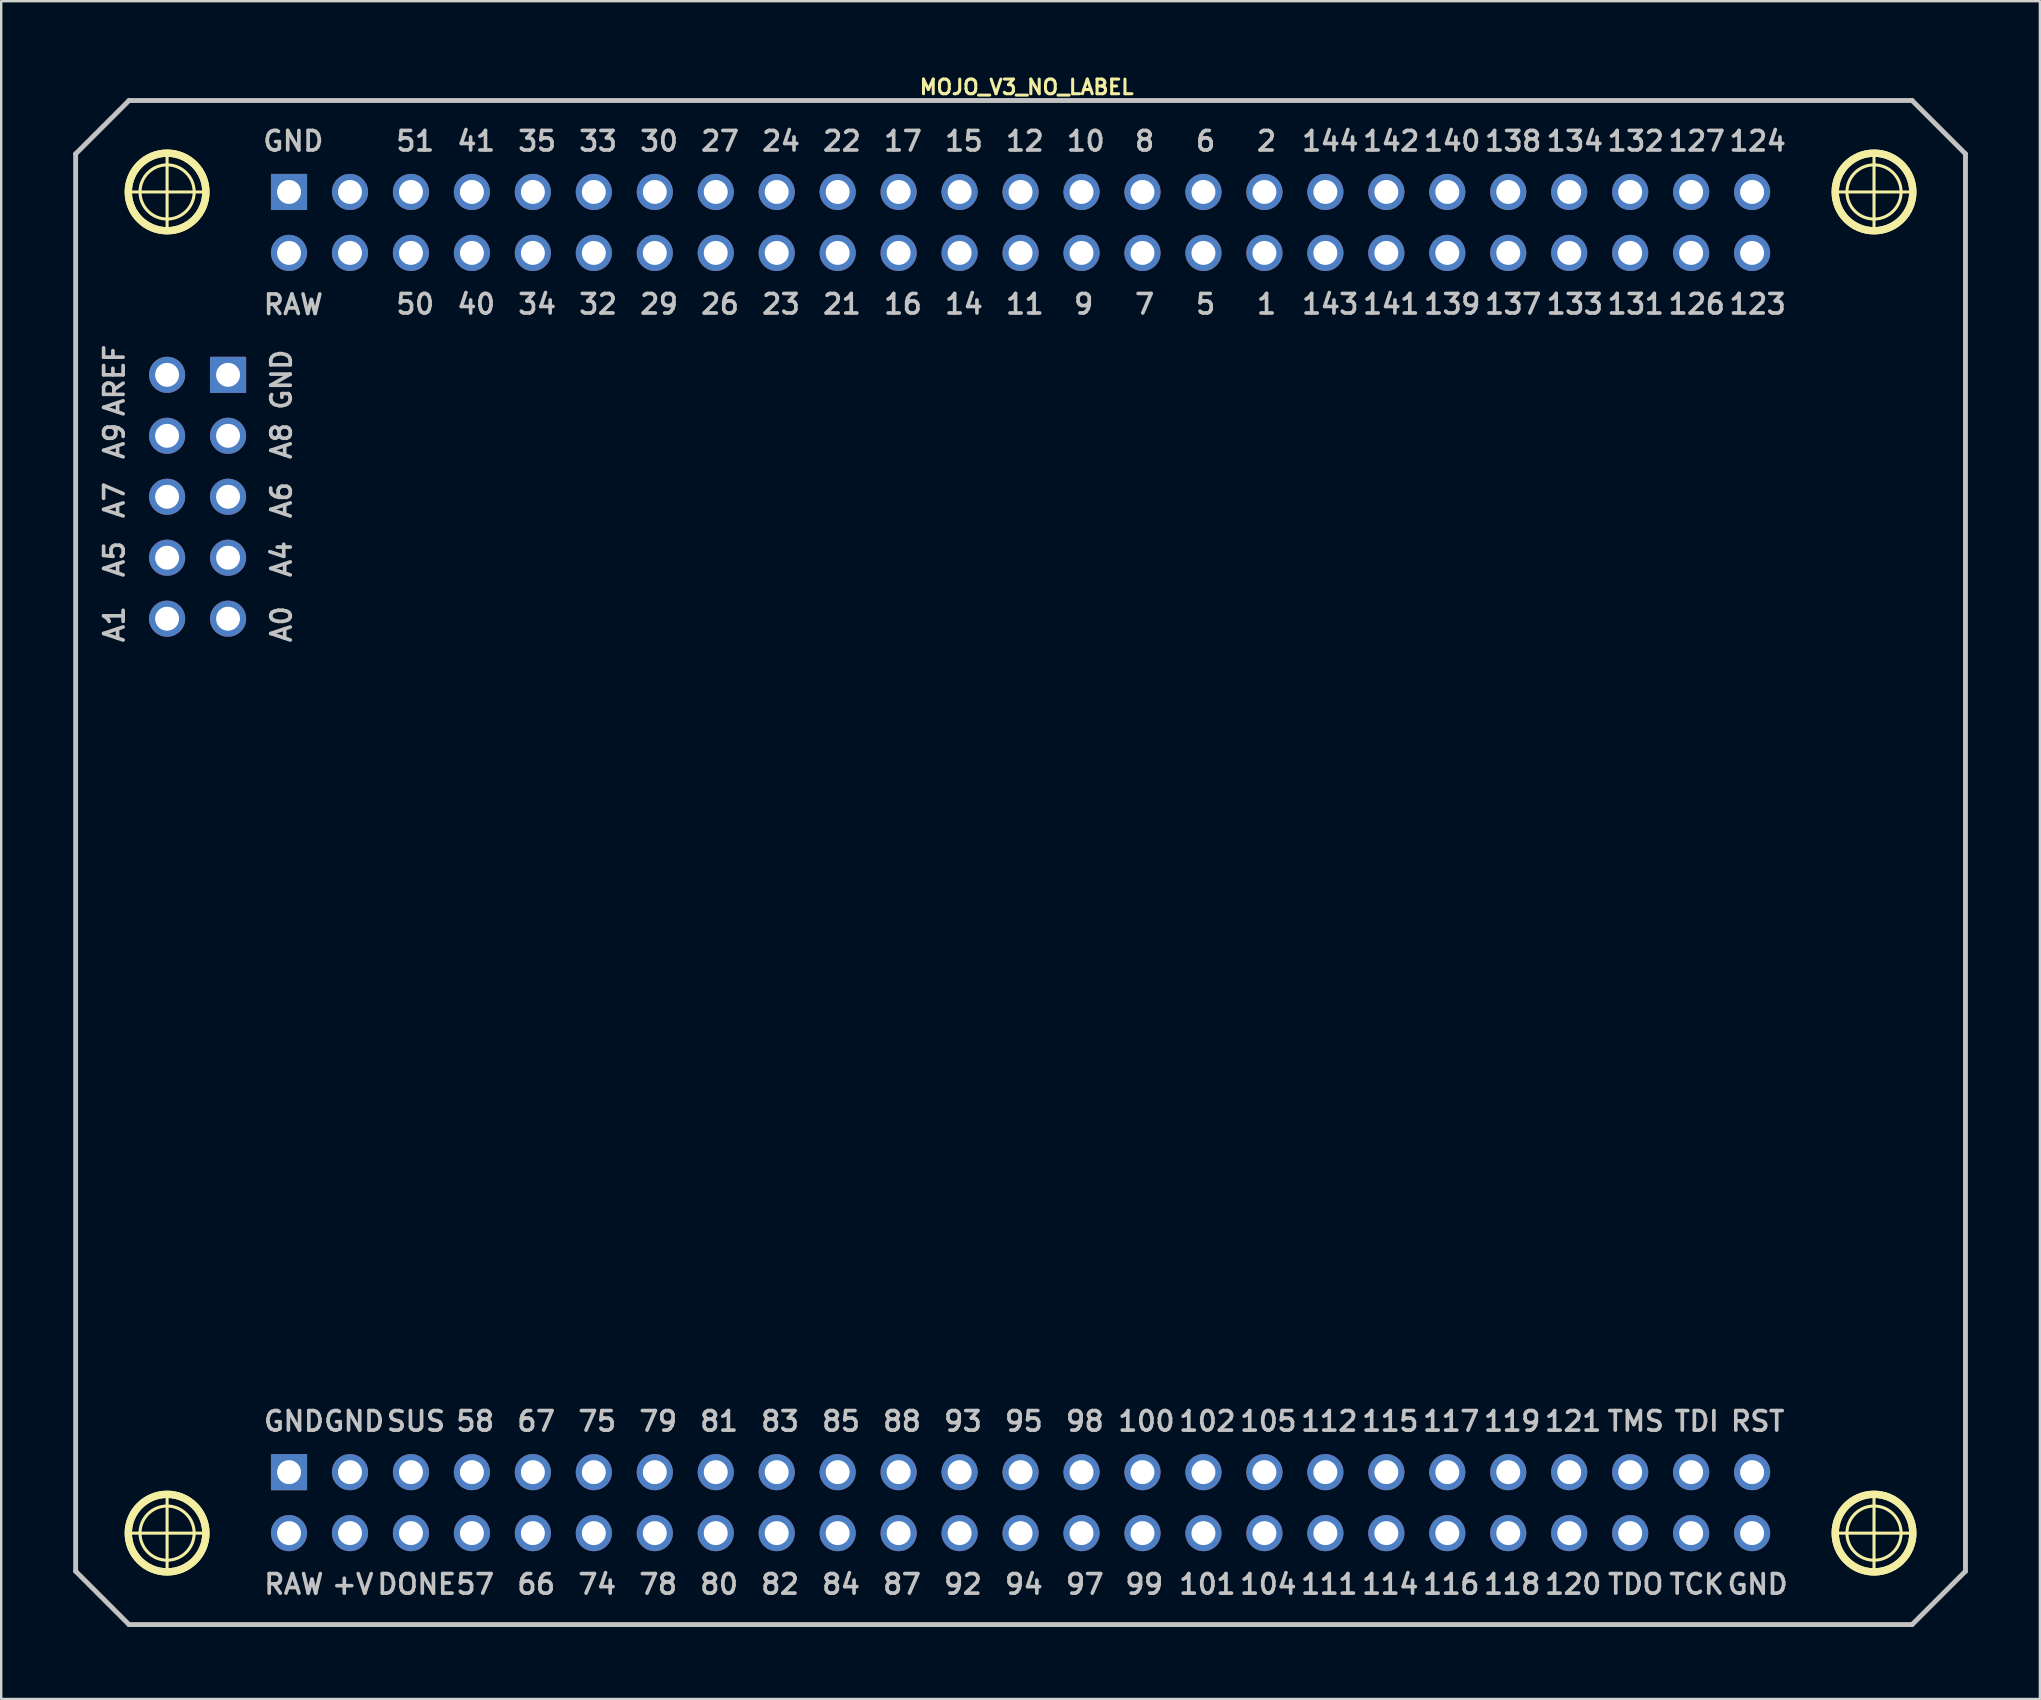
<source format=kicad_pcb>
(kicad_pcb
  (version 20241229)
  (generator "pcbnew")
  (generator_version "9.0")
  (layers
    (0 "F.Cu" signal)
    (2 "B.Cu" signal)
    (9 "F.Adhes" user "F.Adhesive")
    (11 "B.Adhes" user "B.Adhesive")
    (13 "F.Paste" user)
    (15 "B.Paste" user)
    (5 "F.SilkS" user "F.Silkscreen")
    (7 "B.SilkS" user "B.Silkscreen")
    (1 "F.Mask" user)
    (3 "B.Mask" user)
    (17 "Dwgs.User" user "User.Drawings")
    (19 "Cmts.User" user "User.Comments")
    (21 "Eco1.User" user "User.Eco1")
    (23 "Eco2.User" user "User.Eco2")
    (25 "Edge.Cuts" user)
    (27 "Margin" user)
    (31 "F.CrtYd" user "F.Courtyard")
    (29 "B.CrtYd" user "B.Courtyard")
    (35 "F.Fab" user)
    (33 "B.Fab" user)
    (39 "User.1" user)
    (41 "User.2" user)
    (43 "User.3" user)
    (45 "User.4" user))
  (footprint "MOJO_V3_NO_LABEL"
    (layer "F.Cu")
    (at 38.202 34.158)
    (property "Reference" "MOJO_V3_NO_LABEL" (at 1.524 -33.579 0) (layer "F.SilkS") (effects (font (size 0.61 0.61) (thickness 0.127))))
    (attr exclude_from_pos_files exclude_from_bom)
    (fp_line (start -35.888 -29.21) (end -32.69 -29.21) (stroke (width 0.127) (type solid)) (layer "F.SilkS"))
    (fp_line (start -35.888 26.67) (end -32.69 26.67) (stroke (width 0.127) (type solid)) (layer "F.SilkS"))
    (fp_line (start -34.29 -27.61) (end -34.29 -30.808) (stroke (width 0.127) (type solid)) (layer "F.SilkS"))
    (fp_line (start -34.29 28.268) (end -34.29 25.07) (stroke (width 0.127) (type solid)) (layer "F.SilkS"))
    (fp_line (start 35.23 -29.21) (end 38.428 -29.21) (stroke (width 0.127) (type solid)) (layer "F.SilkS"))
    (fp_line (start 35.23 26.67) (end 38.428 26.67) (stroke (width 0.127) (type solid)) (layer "F.SilkS"))
    (fp_line (start 36.83 -27.61) (end 36.83 -30.808) (stroke (width 0.127) (type solid)) (layer "F.SilkS"))
    (fp_line (start 36.83 28.268) (end 36.83 25.07) (stroke (width 0.127) (type solid)) (layer "F.SilkS"))
    (fp_circle (center -34.29 -29.21) (end -35.433 -30.353) (stroke (width 0.305) (type solid)) (fill no) (layer "F.SilkS"))
    (fp_circle (center -34.29 -29.21) (end -35.433 -30.353) (stroke (width 0.305) (type solid)) (fill no) (layer "F.SilkS"))
    (fp_circle (center -34.29 -29.21) (end -35.088 -30.008) (stroke (width 0.127) (type solid)) (fill no) (layer "F.SilkS"))
    (fp_circle (center -34.29 26.67) (end -35.433 27.813) (stroke (width 0.305) (type solid)) (fill no) (layer "F.SilkS"))
    (fp_circle (center -34.29 26.67) (end -35.433 27.813) (stroke (width 0.305) (type solid)) (fill no) (layer "F.SilkS"))
    (fp_circle (center -34.29 26.67) (end -35.088 27.468) (stroke (width 0.127) (type solid)) (fill no) (layer "F.SilkS"))
    (fp_circle (center 36.83 -29.21) (end 37.628 -30.008) (stroke (width 0.127) (type solid)) (fill no) (layer "F.SilkS"))
    (fp_circle (center 36.83 -29.21) (end 37.973 -30.353) (stroke (width 0.305) (type solid)) (fill no) (layer "F.SilkS"))
    (fp_circle (center 36.83 -29.21) (end 37.973 -30.353) (stroke (width 0.305) (type solid)) (fill no) (layer "F.SilkS"))
    (fp_circle (center 36.83 26.67) (end 37.628 27.468) (stroke (width 0.127) (type solid)) (fill no) (layer "F.SilkS"))
    (fp_circle (center 36.83 26.67) (end 37.973 27.813) (stroke (width 0.305) (type solid)) (fill no) (layer "F.SilkS"))
    (fp_circle (center 36.83 26.67) (end 37.973 27.813) (stroke (width 0.305) (type solid)) (fill no) (layer "F.SilkS"))
    (fp_line (start -38.1 -30.797) (end -38.1 28.258) (stroke (width 0.203) (type solid)) (layer "Dwgs.User"))
    (fp_line (start -38.1 28.258) (end -35.877 30.48) (stroke (width 0.203) (type solid)) (layer "Dwgs.User"))
    (fp_line (start -35.877 -33.02) (end -38.1 -30.797) (stroke (width 0.203) (type solid)) (layer "Dwgs.User"))
    (fp_line (start -35.877 30.48) (end 38.417 30.48) (stroke (width 0.203) (type solid)) (layer "Dwgs.User"))
    (fp_line (start 38.417 -33.02) (end -35.877 -33.02) (stroke (width 0.203) (type solid)) (layer "Dwgs.User"))
    (fp_line (start 38.417 30.48) (end 40.64 28.258) (stroke (width 0.203) (type solid)) (layer "Dwgs.User"))
    (fp_line (start 40.64 -30.797) (end 38.417 -33.02) (stroke (width 0.203) (type solid)) (layer "Dwgs.User"))
    (fp_line (start 40.64 28.258) (end 40.64 -30.797) (stroke (width 0.203) (type solid)) (layer "Dwgs.User"))
    (fp_text user "GND" (at -29.527 -21.389 270) (layer "Dwgs.User") (effects (font (size 0.813 0.813) (thickness 0.152))))
    (fp_text user "A4" (at -29.527 -13.912 270) (layer "Dwgs.User") (effects (font (size 0.813 0.813) (thickness 0.152))))
    (fp_text user "11" (at 1.448 -24.536 0) (layer "Dwgs.User") (effects (font (size 0.813 0.813) (thickness 0.152))))
    (fp_text user "22" (at -6.172 -31.328 0) (layer "Dwgs.User") (effects (font (size 0.813 0.813) (thickness 0.152))))
    (fp_text user "114" (at 16.673 28.801 0) (layer "Dwgs.User") (effects (font (size 0.813 0.813) (thickness 0.152))))
    (fp_text user "A1" (at -36.49 -11.201 270) (layer "Dwgs.User") (effects (font (size 0.813 0.813) (thickness 0.152))))
    (fp_text user "RST" (at 31.981 22.009 0) (layer "Dwgs.User") (effects (font (size 0.813 0.813) (thickness 0.152))))
    (fp_text user "A6" (at -29.527 -16.37 270) (layer "Dwgs.User") (effects (font (size 0.813 0.813) (thickness 0.152))))
    (fp_text user "80" (at -11.29 28.801 0) (layer "Dwgs.User") (effects (font (size 0.813 0.813) (thickness 0.152))))
    (fp_text user "A7" (at -36.49 -16.37 270) (layer "Dwgs.User") (effects (font (size 0.813 0.813) (thickness 0.152))))
    (fp_text user "TDO" (at 26.901 28.801 0) (layer "Dwgs.User") (effects (font (size 0.813 0.813) (thickness 0.152))))
    (fp_text user "101" (at 9.053 28.801 0) (layer "Dwgs.User") (effects (font (size 0.813 0.813) (thickness 0.152))))
    (fp_text user "121" (at 24.293 22.009 0) (layer "Dwgs.User") (effects (font (size 0.813 0.813) (thickness 0.152))))
    (fp_text user "132" (at 26.901 -31.328 0) (layer "Dwgs.User") (effects (font (size 0.813 0.813) (thickness 0.152))))
    (fp_text user "A0" (at -29.527 -11.201 270) (layer "Dwgs.User") (effects (font (size 0.813 0.813) (thickness 0.152))))
    (fp_text user "119" (at 21.753 22.009 0) (layer "Dwgs.User") (effects (font (size 0.813 0.813) (thickness 0.152))))
    (fp_text user "102" (at 9.053 22.009 0) (layer "Dwgs.User") (effects (font (size 0.813 0.813) (thickness 0.152))))
    (fp_text user "123" (at 31.981 -24.536 0) (layer "Dwgs.User") (effects (font (size 0.813 0.813) (thickness 0.152))))
    (fp_text user "8" (at 6.439 -31.328 0) (layer "Dwgs.User") (effects (font (size 0.813 0.813) (thickness 0.152))))
    (fp_text user "141" (at 16.713 -24.536 0) (layer "Dwgs.User") (effects (font (size 0.813 0.813) (thickness 0.152))))
    (fp_text user "TMS" (at 26.901 22.009 0) (layer "Dwgs.User") (effects (font (size 0.813 0.813) (thickness 0.152))))
    (fp_text user "10" (at 3.988 -31.328 0) (layer "Dwgs.User") (effects (font (size 0.813 0.813) (thickness 0.152))))
    (fp_text user "1" (at 11.519 -24.536 0) (layer "Dwgs.User") (effects (font (size 0.813 0.813) (thickness 0.152))))
    (fp_text user "93" (at -1.13 22.009 0) (layer "Dwgs.User") (effects (font (size 0.813 0.813) (thickness 0.152))))
    (fp_text user "92" (at -1.13 28.801 0) (layer "Dwgs.User") (effects (font (size 0.813 0.813) (thickness 0.152))))
    (fp_text user "23" (at -8.712 -24.536 0) (layer "Dwgs.User") (effects (font (size 0.813 0.813) (thickness 0.152))))
    (fp_text user "84" (at -6.21 28.801 0) (layer "Dwgs.User") (effects (font (size 0.813 0.813) (thickness 0.152))))
    (fp_text user "98" (at 3.947 22.009 0) (layer "Dwgs.User") (effects (font (size 0.813 0.813) (thickness 0.152))))
    (fp_text user "139" (at 19.253 -24.536 0) (layer "Dwgs.User") (effects (font (size 0.813 0.813) (thickness 0.152))))
    (fp_text user "58" (at -21.45 22.009 0) (layer "Dwgs.User") (effects (font (size 0.813 0.813) (thickness 0.152))))
    (fp_text user "30" (at -13.792 -31.328 0) (layer "Dwgs.User") (effects (font (size 0.813 0.813) (thickness 0.152))))
    (fp_text user "21" (at -6.172 -24.536 0) (layer "Dwgs.User") (effects (font (size 0.813 0.813) (thickness 0.152))))
    (fp_text user "126" (at 29.441 -24.536 0) (layer "Dwgs.User") (effects (font (size 0.813 0.813) (thickness 0.152))))
    (fp_text user "A9" (at -36.49 -18.832 270) (layer "Dwgs.User") (effects (font (size 0.813 0.813) (thickness 0.152))))
    (fp_text user "33" (at -16.332 -31.328 0) (layer "Dwgs.User") (effects (font (size 0.813 0.813) (thickness 0.152))))
    (fp_text user "120" (at 24.293 28.801 0) (layer "Dwgs.User") (effects (font (size 0.813 0.813) (thickness 0.152))))
    (fp_text user "34" (at -18.872 -24.536 0) (layer "Dwgs.User") (effects (font (size 0.813 0.813) (thickness 0.152))))
    (fp_text user "RAW" (at -29.009 28.801 0) (layer "Dwgs.User") (effects (font (size 0.813 0.813) (thickness 0.152))))
    (fp_text user "A8" (at -29.527 -18.832 270) (layer "Dwgs.User") (effects (font (size 0.813 0.813) (thickness 0.152))))
    (fp_text user "97" (at 3.947 28.801 0) (layer "Dwgs.User") (effects (font (size 0.813 0.813) (thickness 0.152))))
    (fp_text user "74" (at -16.37 28.801 0) (layer "Dwgs.User") (effects (font (size 0.813 0.813) (thickness 0.152))))
    (fp_text user "105" (at 11.593 22.009 0) (layer "Dwgs.User") (effects (font (size 0.813 0.813) (thickness 0.152))))
    (fp_text user "133" (at 24.361 -24.536 0) (layer "Dwgs.User") (effects (font (size 0.813 0.813) (thickness 0.152))))
    (fp_text user "117" (at 19.213 22.009 0) (layer "Dwgs.User") (effects (font (size 0.813 0.813) (thickness 0.152))))
    (fp_text user "27" (at -11.252 -31.328 0) (layer "Dwgs.User") (effects (font (size 0.813 0.813) (thickness 0.152))))
    (fp_text user "88" (at -3.67 22.009 0) (layer "Dwgs.User") (effects (font (size 0.813 0.813) (thickness 0.152))))
    (fp_text user "2" (at 11.519 -31.328 0) (layer "Dwgs.User") (effects (font (size 0.813 0.813) (thickness 0.152))))
    (fp_text user "12" (at 1.448 -31.328 0) (layer "Dwgs.User") (effects (font (size 0.813 0.813) (thickness 0.152))))
    (fp_text user "116" (at 19.213 28.801 0) (layer "Dwgs.User") (effects (font (size 0.813 0.813) (thickness 0.152))))
    (fp_text user "RAW" (at -29.032 -24.516 0) (layer "Dwgs.User") (effects (font (size 0.813 0.813) (thickness 0.152))))
    (fp_text user "134" (at 24.361 -31.328 0) (layer "Dwgs.User") (effects (font (size 0.813 0.813) (thickness 0.152))))
    (fp_text user "6" (at 8.979 -31.328 0) (layer "Dwgs.User") (effects (font (size 0.813 0.813) (thickness 0.152))))
    (fp_text user "100" (at 6.513 22.009 0) (layer "Dwgs.User") (effects (font (size 0.813 0.813) (thickness 0.152))))
    (fp_text user "DONE" (at -23.889 28.801 0) (layer "Dwgs.User") (effects (font (size 0.813 0.813) (thickness 0.152))))
    (fp_text user "79" (at -13.83 22.009 0) (layer "Dwgs.User") (effects (font (size 0.813 0.813) (thickness 0.152))))
    (fp_text user "A5" (at -36.49 -13.912 270) (layer "Dwgs.User") (effects (font (size 0.813 0.813) (thickness 0.152))))
    (fp_text user "57" (at -21.45 28.801 0) (layer "Dwgs.User") (effects (font (size 0.813 0.813) (thickness 0.152))))
    (fp_text user "94" (at 1.407 28.801 0) (layer "Dwgs.User") (effects (font (size 0.813 0.813) (thickness 0.152))))
    (fp_text user "112" (at 14.133 22.009 0) (layer "Dwgs.User") (effects (font (size 0.813 0.813) (thickness 0.152))))
    (fp_text user "140" (at 19.253 -31.328 0) (layer "Dwgs.User") (effects (font (size 0.813 0.813) (thickness 0.152))))
    (fp_text user "51" (at -23.952 -31.328 0) (layer "Dwgs.User") (effects (font (size 0.813 0.813) (thickness 0.152))))
    (fp_text user "50" (at -23.952 -24.536 0) (layer "Dwgs.User") (effects (font (size 0.813 0.813) (thickness 0.152))))
    (fp_text user "16" (at -3.63 -24.536 0) (layer "Dwgs.User") (effects (font (size 0.813 0.813) (thickness 0.152))))
    (fp_text user "24" (at -8.712 -31.328 0) (layer "Dwgs.User") (effects (font (size 0.813 0.813) (thickness 0.152))))
    (fp_text user "15" (at -1.09 -31.328 0) (layer "Dwgs.User") (effects (font (size 0.813 0.813) (thickness 0.152))))
    (fp_text user "35" (at -18.872 -31.328 0) (layer "Dwgs.User") (effects (font (size 0.813 0.813) (thickness 0.152))))
    (fp_text user "SUS" (at -23.919 22.009 0) (layer "Dwgs.User") (effects (font (size 0.813 0.813) (thickness 0.152))))
    (fp_text user "GND" (at 31.981 28.801 0) (layer "Dwgs.User") (effects (font (size 0.813 0.813) (thickness 0.152))))
    (fp_text user "82" (at -8.75 28.801 0) (layer "Dwgs.User") (effects (font (size 0.813 0.813) (thickness 0.152))))
    (fp_text user "+V" (at -26.558 28.801 0) (layer "Dwgs.User") (effects (font (size 0.813 0.813) (thickness 0.152))))
    (fp_text user "85" (at -6.21 22.009 0) (layer "Dwgs.User") (effects (font (size 0.813 0.813) (thickness 0.152))))
    (fp_text user "142" (at 16.713 -31.328 0) (layer "Dwgs.User") (effects (font (size 0.813 0.813) (thickness 0.152))))
    (fp_text user "111" (at 14.133 28.801 0) (layer "Dwgs.User") (effects (font (size 0.813 0.813) (thickness 0.152))))
    (fp_text user "7" (at 6.439 -24.536 0) (layer "Dwgs.User") (effects (font (size 0.813 0.813) (thickness 0.152))))
    (fp_text user "138" (at 21.793 -31.328 0) (layer "Dwgs.User") (effects (font (size 0.813 0.813) (thickness 0.152))))
    (fp_text user "26" (at -11.252 -24.536 0) (layer "Dwgs.User") (effects (font (size 0.813 0.813) (thickness 0.152))))
    (fp_text user "99" (at 6.424 28.801 0) (layer "Dwgs.User") (effects (font (size 0.813 0.813) (thickness 0.152))))
    (fp_text user "87" (at -3.67 28.801 0) (layer "Dwgs.User") (effects (font (size 0.813 0.813) (thickness 0.152))))
    (fp_text user "29" (at -13.792 -24.536 0) (layer "Dwgs.User") (effects (font (size 0.813 0.813) (thickness 0.152))))
    (fp_text user "AREF" (at -36.49 -21.359 270) (layer "Dwgs.User") (effects (font (size 0.813 0.813) (thickness 0.152))))
    (fp_text user "127" (at 29.441 -31.328 0) (layer "Dwgs.User") (effects (font (size 0.813 0.813) (thickness 0.152))))
    (fp_text user "9" (at 3.899 -24.536 0) (layer "Dwgs.User") (effects (font (size 0.813 0.813) (thickness 0.152))))
    (fp_text user "118" (at 21.753 28.801 0) (layer "Dwgs.User") (effects (font (size 0.813 0.813) (thickness 0.152))))
    (fp_text user "124" (at 31.981 -31.328 0) (layer "Dwgs.User") (effects (font (size 0.813 0.813) (thickness 0.152))))
    (fp_text user "104" (at 11.593 28.801 0) (layer "Dwgs.User") (effects (font (size 0.813 0.813) (thickness 0.152))))
    (fp_text user "115" (at 16.673 22.009 0) (layer "Dwgs.User") (effects (font (size 0.813 0.813) (thickness 0.152))))
    (fp_text user "67" (at -18.91 22.009 0) (layer "Dwgs.User") (effects (font (size 0.813 0.813) (thickness 0.152))))
    (fp_text user "83" (at -8.75 22.009 0) (layer "Dwgs.User") (effects (font (size 0.813 0.813) (thickness 0.152))))
    (fp_text user "17" (at -3.63 -31.328 0) (layer "Dwgs.User") (effects (font (size 0.813 0.813) (thickness 0.152))))
    (fp_text user "41" (at -21.412 -31.328 0) (layer "Dwgs.User") (effects (font (size 0.813 0.813) (thickness 0.152))))
    (fp_text user "78" (at -13.83 28.801 0) (layer "Dwgs.User") (effects (font (size 0.813 0.813) (thickness 0.152))))
    (fp_text user "GND" (at -29.004 22.009 0) (layer "Dwgs.User") (effects (font (size 0.813 0.813) (thickness 0.152))))
    (fp_text user "95" (at 1.407 22.009 0) (layer "Dwgs.User") (effects (font (size 0.813 0.813) (thickness 0.152))))
    (fp_text user "143" (at 14.173 -24.536 0) (layer "Dwgs.User") (effects (font (size 0.813 0.813) (thickness 0.152))))
    (fp_text user "66" (at -18.91 28.801 0) (layer "Dwgs.User") (effects (font (size 0.813 0.813) (thickness 0.152))))
    (fp_text user "75" (at -16.37 22.009 0) (layer "Dwgs.User") (effects (font (size 0.813 0.813) (thickness 0.152))))
    (fp_text user "5" (at 8.979 -24.536 0) (layer "Dwgs.User") (effects (font (size 0.813 0.813) (thickness 0.152))))
    (fp_text user "GND" (at -29.032 -31.328 0) (layer "Dwgs.User") (effects (font (size 0.813 0.813) (thickness 0.152))))
    (fp_text user "40" (at -21.412 -24.536 0) (layer "Dwgs.User") (effects (font (size 0.813 0.813) (thickness 0.152))))
    (fp_text user "TDI" (at 29.441 22.009 0) (layer "Dwgs.User") (effects (font (size 0.813 0.813) (thickness 0.152))))
    (fp_text user "81" (at -11.29 22.009 0) (layer "Dwgs.User") (effects (font (size 0.813 0.813) (thickness 0.152))))
    (fp_text user "131" (at 26.901 -24.536 0) (layer "Dwgs.User") (effects (font (size 0.813 0.813) (thickness 0.152))))
    (fp_text user "GND" (at -26.497 22.009 0) (layer "Dwgs.User") (effects (font (size 0.813 0.813) (thickness 0.152))))
    (fp_text user "TCK" (at 29.441 28.801 0) (layer "Dwgs.User") (effects (font (size 0.813 0.813) (thickness 0.152))))
    (fp_text user "32" (at -16.332 -24.536 0) (layer "Dwgs.User") (effects (font (size 0.813 0.813) (thickness 0.152))))
    (fp_text user "14" (at -1.09 -24.536 0) (layer "Dwgs.User") (effects (font (size 0.813 0.813) (thickness 0.152))))
    (fp_text user "144" (at 14.173 -31.328 0) (layer "Dwgs.User") (effects (font (size 0.813 0.813) (thickness 0.152))))
    (fp_text user "137" (at 21.793 -24.536 0) (layer "Dwgs.User") (effects (font (size 0.813 0.813) (thickness 0.152))))
    (pad "1" thru_hole circle (at 11.43 -26.67) (size 1.506 1.506) (drill 0.998) (layers "*.Cu" "*.Paste" "*.Mask"))
    (pad "2" thru_hole circle (at 11.43 -29.21) (size 1.506 1.506) (drill 0.998) (layers "*.Cu" "*.Paste" "*.Mask"))
    (pad "5" thru_hole circle (at 8.89 -26.67) (size 1.506 1.506) (drill 0.998) (layers "*.Cu" "*.Paste" "*.Mask"))
    (pad "6" thru_hole circle (at 8.89 -29.21) (size 1.506 1.506) (drill 0.998) (layers "*.Cu" "*.Paste" "*.Mask"))
    (pad "7" thru_hole circle (at 6.35 -26.67) (size 1.506 1.506) (drill 0.998) (layers "*.Cu" "*.Paste" "*.Mask"))
    (pad "8" thru_hole circle (at 6.35 -29.21) (size 1.506 1.506) (drill 0.998) (layers "*.Cu" "*.Paste" "*.Mask"))
    (pad "9" thru_hole circle (at 3.81 -26.67) (size 1.506 1.506) (drill 0.998) (layers "*.Cu" "*.Paste" "*.Mask"))
    (pad "10" thru_hole circle (at 3.81 -29.21) (size 1.506 1.506) (drill 0.998) (layers "*.Cu" "*.Paste" "*.Mask"))
    (pad "11" thru_hole circle (at 1.27 -26.67) (size 1.506 1.506) (drill 0.998) (layers "*.Cu" "*.Paste" "*.Mask"))
    (pad "12" thru_hole circle (at 1.27 -29.21) (size 1.506 1.506) (drill 0.998) (layers "*.Cu" "*.Paste" "*.Mask"))
    (pad "14" thru_hole circle (at -1.27 -26.67) (size 1.506 1.506) (drill 0.998) (layers "*.Cu" "*.Paste" "*.Mask"))
    (pad "15" thru_hole circle (at -1.27 -29.21) (size 1.506 1.506) (drill 0.998) (layers "*.Cu" "*.Paste" "*.Mask"))
    (pad "16" thru_hole circle (at -3.81 -26.67) (size 1.506 1.506) (drill 0.998) (layers "*.Cu" "*.Paste" "*.Mask"))
    (pad "17" thru_hole circle (at -3.81 -29.21) (size 1.506 1.506) (drill 0.998) (layers "*.Cu" "*.Paste" "*.Mask"))
    (pad "21" thru_hole circle (at -6.35 -26.67) (size 1.506 1.506) (drill 0.998) (layers "*.Cu" "*.Paste" "*.Mask"))
    (pad "22" thru_hole circle (at -6.35 -29.21) (size 1.506 1.506) (drill 0.998) (layers "*.Cu" "*.Paste" "*.Mask"))
    (pad "23" thru_hole circle (at -8.89 -26.67) (size 1.506 1.506) (drill 0.998) (layers "*.Cu" "*.Paste" "*.Mask"))
    (pad "24" thru_hole circle (at -8.89 -29.21) (size 1.506 1.506) (drill 0.998) (layers "*.Cu" "*.Paste" "*.Mask"))
    (pad "26" thru_hole circle (at -11.43 -26.67) (size 1.506 1.506) (drill 0.998) (layers "*.Cu" "*.Paste" "*.Mask"))
    (pad "27" thru_hole circle (at -11.43 -29.21) (size 1.506 1.506) (drill 0.998) (layers "*.Cu" "*.Paste" "*.Mask"))
    (pad "29" thru_hole circle (at -13.97 -26.67) (size 1.506 1.506) (drill 0.998) (layers "*.Cu" "*.Paste" "*.Mask"))
    (pad "30" thru_hole circle (at -13.97 -29.21) (size 1.506 1.506) (drill 0.998) (layers "*.Cu" "*.Paste" "*.Mask"))
    (pad "32" thru_hole circle (at -16.51 -26.67) (size 1.506 1.506) (drill 0.998) (layers "*.Cu" "*.Paste" "*.Mask"))
    (pad "33" thru_hole circle (at -16.51 -29.21) (size 1.506 1.506) (drill 0.998) (layers "*.Cu" "*.Paste" "*.Mask"))
    (pad "34" thru_hole circle (at -19.05 -26.67) (size 1.506 1.506) (drill 0.998) (layers "*.Cu" "*.Paste" "*.Mask"))
    (pad "35" thru_hole circle (at -19.05 -29.21) (size 1.506 1.506) (drill 0.998) (layers "*.Cu" "*.Paste" "*.Mask"))
    (pad "40" thru_hole circle (at -21.59 -26.67) (size 1.506 1.506) (drill 0.998) (layers "*.Cu" "*.Paste" "*.Mask"))
    (pad "41" thru_hole circle (at -21.59 -29.21) (size 1.506 1.506) (drill 0.998) (layers "*.Cu" "*.Paste" "*.Mask"))
    (pad "50" thru_hole circle (at -24.13 -26.67) (size 1.506 1.506) (drill 0.998) (layers "*.Cu" "*.Paste" "*.Mask"))
    (pad "51" thru_hole circle (at -24.13 -29.21) (size 1.506 1.506) (drill 0.998) (layers "*.Cu" "*.Paste" "*.Mask"))
    (pad "57" thru_hole circle (at -21.59 26.67) (size 1.506 1.506) (drill 0.998) (layers "*.Cu" "*.Paste" "*.Mask"))
    (pad "58" thru_hole circle (at -21.59 24.13) (size 1.506 1.506) (drill 0.998) (layers "*.Cu" "*.Paste" "*.Mask"))
    (pad "66" thru_hole circle (at -19.05 26.67) (size 1.506 1.506) (drill 0.998) (layers "*.Cu" "*.Paste" "*.Mask"))
    (pad "67" thru_hole circle (at -19.05 24.13) (size 1.506 1.506) (drill 0.998) (layers "*.Cu" "*.Paste" "*.Mask"))
    (pad "74" thru_hole circle (at -16.51 26.67) (size 1.506 1.506) (drill 0.998) (layers "*.Cu" "*.Paste" "*.Mask"))
    (pad "75" thru_hole circle (at -16.51 24.13) (size 1.506 1.506) (drill 0.998) (layers "*.Cu" "*.Paste" "*.Mask"))
    (pad "78" thru_hole circle (at -13.97 26.67) (size 1.506 1.506) (drill 0.998) (layers "*.Cu" "*.Paste" "*.Mask"))
    (pad "79" thru_hole circle (at -13.97 24.13) (size 1.506 1.506) (drill 0.998) (layers "*.Cu" "*.Paste" "*.Mask"))
    (pad "80" thru_hole circle (at -11.43 26.67) (size 1.506 1.506) (drill 0.998) (layers "*.Cu" "*.Paste" "*.Mask"))
    (pad "81" thru_hole circle (at -11.43 24.13) (size 1.506 1.506) (drill 0.998) (layers "*.Cu" "*.Paste" "*.Mask"))
    (pad "82" thru_hole circle (at -8.89 26.67) (size 1.506 1.506) (drill 0.998) (layers "*.Cu" "*.Paste" "*.Mask"))
    (pad "83" thru_hole circle (at -8.89 24.13) (size 1.506 1.506) (drill 0.998) (layers "*.Cu" "*.Paste" "*.Mask"))
    (pad "84" thru_hole circle (at -6.35 26.67) (size 1.506 1.506) (drill 0.998) (layers "*.Cu" "*.Paste" "*.Mask"))
    (pad "85" thru_hole circle (at -6.35 24.13) (size 1.506 1.506) (drill 0.998) (layers "*.Cu" "*.Paste" "*.Mask"))
    (pad "87" thru_hole circle (at -3.81 26.67) (size 1.506 1.506) (drill 0.998) (layers "*.Cu" "*.Paste" "*.Mask"))
    (pad "88" thru_hole circle (at -3.81 24.13) (size 1.506 1.506) (drill 0.998) (layers "*.Cu" "*.Paste" "*.Mask"))
    (pad "92" thru_hole circle (at -1.27 26.67) (size 1.506 1.506) (drill 0.998) (layers "*.Cu" "*.Paste" "*.Mask"))
    (pad "93" thru_hole circle (at -1.27 24.13) (size 1.506 1.506) (drill 0.998) (layers "*.Cu" "*.Paste" "*.Mask"))
    (pad "94" thru_hole circle (at 1.27 26.67) (size 1.506 1.506) (drill 0.998) (layers "*.Cu" "*.Paste" "*.Mask"))
    (pad "95" thru_hole circle (at 1.27 24.13) (size 1.506 1.506) (drill 0.998) (layers "*.Cu" "*.Paste" "*.Mask"))
    (pad "97" thru_hole circle (at 3.81 26.67) (size 1.506 1.506) (drill 0.998) (layers "*.Cu" "*.Paste" "*.Mask"))
    (pad "98" thru_hole circle (at 3.81 24.13) (size 1.506 1.506) (drill 0.998) (layers "*.Cu" "*.Paste" "*.Mask"))
    (pad "99" thru_hole circle (at 6.35 26.67) (size 1.506 1.506) (drill 0.998) (layers "*.Cu" "*.Paste" "*.Mask"))
    (pad "100" thru_hole circle (at 6.35 24.13) (size 1.506 1.506) (drill 0.998) (layers "*.Cu" "*.Paste" "*.Mask"))
    (pad "101" thru_hole circle (at 8.89 26.67) (size 1.506 1.506) (drill 0.998) (layers "*.Cu" "*.Paste" "*.Mask"))
    (pad "102" thru_hole circle (at 8.89 24.13) (size 1.506 1.506) (drill 0.998) (layers "*.Cu" "*.Paste" "*.Mask"))
    (pad "104" thru_hole circle (at 11.43 26.67) (size 1.506 1.506) (drill 0.998) (layers "*.Cu" "*.Paste" "*.Mask"))
    (pad "105" thru_hole circle (at 11.43 24.13) (size 1.506 1.506) (drill 0.998) (layers "*.Cu" "*.Paste" "*.Mask"))
    (pad "111" thru_hole circle (at 13.97 26.67) (size 1.506 1.506) (drill 0.998) (layers "*.Cu" "*.Paste" "*.Mask"))
    (pad "112" thru_hole circle (at 13.97 24.13) (size 1.506 1.506) (drill 0.998) (layers "*.Cu" "*.Paste" "*.Mask"))
    (pad "114" thru_hole circle (at 16.51 26.67) (size 1.506 1.506) (drill 0.998) (layers "*.Cu" "*.Paste" "*.Mask"))
    (pad "115" thru_hole circle (at 16.51 24.13) (size 1.506 1.506) (drill 0.998) (layers "*.Cu" "*.Paste" "*.Mask"))
    (pad "116" thru_hole circle (at 19.05 26.67) (size 1.506 1.506) (drill 0.998) (layers "*.Cu" "*.Paste" "*.Mask"))
    (pad "117" thru_hole circle (at 19.05 24.13) (size 1.506 1.506) (drill 0.998) (layers "*.Cu" "*.Paste" "*.Mask"))
    (pad "118" thru_hole circle (at 21.59 26.67) (size 1.506 1.506) (drill 0.998) (layers "*.Cu" "*.Paste" "*.Mask"))
    (pad "119" thru_hole circle (at 21.59 24.13) (size 1.506 1.506) (drill 0.998) (layers "*.Cu" "*.Paste" "*.Mask"))
    (pad "120" thru_hole circle (at 24.13 26.67) (size 1.506 1.506) (drill 0.998) (layers "*.Cu" "*.Paste" "*.Mask"))
    (pad "121" thru_hole circle (at 24.13 24.13) (size 1.506 1.506) (drill 0.998) (layers "*.Cu" "*.Paste" "*.Mask"))
    (pad "123" thru_hole circle (at 31.75 -26.67) (size 1.506 1.506) (drill 0.998) (layers "*.Cu" "*.Paste" "*.Mask"))
    (pad "124" thru_hole circle (at 31.75 -29.21) (size 1.506 1.506) (drill 0.998) (layers "*.Cu" "*.Paste" "*.Mask"))
    (pad "126" thru_hole circle (at 29.21 -26.67) (size 1.506 1.506) (drill 0.998) (layers "*.Cu" "*.Paste" "*.Mask"))
    (pad "127" thru_hole circle (at 29.21 -29.21) (size 1.506 1.506) (drill 0.998) (layers "*.Cu" "*.Paste" "*.Mask"))
    (pad "131" thru_hole circle (at 26.67 -26.67) (size 1.506 1.506) (drill 0.998) (layers "*.Cu" "*.Paste" "*.Mask"))
    (pad "132" thru_hole circle (at 26.67 -29.21) (size 1.506 1.506) (drill 0.998) (layers "*.Cu" "*.Paste" "*.Mask"))
    (pad "133" thru_hole circle (at 24.13 -26.67) (size 1.506 1.506) (drill 0.998) (layers "*.Cu" "*.Paste" "*.Mask"))
    (pad "134" thru_hole circle (at 24.13 -29.21) (size 1.506 1.506) (drill 0.998) (layers "*.Cu" "*.Paste" "*.Mask"))
    (pad "137" thru_hole circle (at 21.59 -26.67) (size 1.506 1.506) (drill 0.998) (layers "*.Cu" "*.Paste" "*.Mask"))
    (pad "138" thru_hole circle (at 21.59 -29.21) (size 1.506 1.506) (drill 0.998) (layers "*.Cu" "*.Paste" "*.Mask"))
    (pad "139" thru_hole circle (at 19.05 -26.67) (size 1.506 1.506) (drill 0.998) (layers "*.Cu" "*.Paste" "*.Mask"))
    (pad "140" thru_hole circle (at 19.05 -29.21) (size 1.506 1.506) (drill 0.998) (layers "*.Cu" "*.Paste" "*.Mask"))
    (pad "141" thru_hole circle (at 16.51 -26.67) (size 1.506 1.506) (drill 0.998) (layers "*.Cu" "*.Paste" "*.Mask"))
    (pad "142" thru_hole circle (at 16.51 -29.21) (size 1.506 1.506) (drill 0.998) (layers "*.Cu" "*.Paste" "*.Mask"))
    (pad "143" thru_hole circle (at 13.97 -26.67) (size 1.506 1.506) (drill 0.998) (layers "*.Cu" "*.Paste" "*.Mask"))
    (pad "144" thru_hole circle (at 13.97 -29.21) (size 1.506 1.506) (drill 0.998) (layers "*.Cu" "*.Paste" "*.Mask"))
    (pad "A0" thru_hole circle (at -31.75 -11.43) (size 1.506 1.506) (drill 0.998) (layers "*.Cu" "*.Paste" "*.Mask"))
    (pad "A1" thru_hole circle (at -34.29 -11.43) (size 1.506 1.506) (drill 0.998) (layers "*.Cu" "*.Paste" "*.Mask"))
    (pad "A4" thru_hole circle (at -31.75 -13.97) (size 1.506 1.506) (drill 0.998) (layers "*.Cu" "*.Paste" "*.Mask"))
    (pad "A5" thru_hole circle (at -34.29 -13.97) (size 1.506 1.506) (drill 0.998) (layers "*.Cu" "*.Paste" "*.Mask"))
    (pad "A6" thru_hole circle (at -31.75 -16.51) (size 1.506 1.506) (drill 0.998) (layers "*.Cu" "*.Paste" "*.Mask"))
    (pad "A7" thru_hole circle (at -34.29 -16.51) (size 1.506 1.506) (drill 0.998) (layers "*.Cu" "*.Paste" "*.Mask"))
    (pad "A8" thru_hole circle (at -31.75 -19.05) (size 1.506 1.506) (drill 0.998) (layers "*.Cu" "*.Paste" "*.Mask"))
    (pad "A9" thru_hole circle (at -34.29 -19.05) (size 1.506 1.506) (drill 0.998) (layers "*.Cu" "*.Paste" "*.Mask"))
    (pad "AREF" thru_hole circle (at -34.29 -21.59) (size 1.506 1.506) (drill 0.998) (layers "*.Cu" "*.Paste" "*.Mask"))
    (pad "DONE" thru_hole circle (at -24.13 26.67) (size 1.506 1.506) (drill 0.998) (layers "*.Cu" "*.Paste" "*.Mask"))
    (pad "GND@" thru_hole rect (at -31.75 -21.59) (size 1.506 1.506) (drill 0.998) (layers "*.Cu" "*.Paste" "*.Mask"))
    (pad "GND@" thru_hole rect (at -29.21 -29.21) (size 1.506 1.506) (drill 0.998) (layers "*.Cu" "*.Paste" "*.Mask"))
    (pad "GND@" thru_hole rect (at -29.21 24.13) (size 1.506 1.506) (drill 0.998) (layers "*.Cu" "*.Paste" "*.Mask"))
    (pad "GND@" thru_hole circle (at -26.67 -29.21) (size 1.506 1.506) (drill 0.998) (layers "*.Cu" "*.Paste" "*.Mask"))
    (pad "GND@" thru_hole circle (at -26.67 24.13) (size 1.506 1.506) (drill 0.998) (layers "*.Cu" "*.Paste" "*.Mask"))
    (pad "GND@" thru_hole circle (at 31.75 26.67) (size 1.506 1.506) (drill 0.998) (layers "*.Cu" "*.Paste" "*.Mask"))
    (pad "RAW@" thru_hole circle (at -29.21 -26.67) (size 1.506 1.506) (drill 0.998) (layers "*.Cu" "*.Paste" "*.Mask"))
    (pad "RAW@" thru_hole circle (at -29.21 26.67) (size 1.506 1.506) (drill 0.998) (layers "*.Cu" "*.Paste" "*.Mask"))
    (pad "RST" thru_hole circle (at 31.75 24.13) (size 1.506 1.506) (drill 0.998) (layers "*.Cu" "*.Paste" "*.Mask"))
    (pad "SUS" thru_hole circle (at -24.13 24.13) (size 1.506 1.506) (drill 0.998) (layers "*.Cu" "*.Paste" "*.Mask"))
    (pad "TCK" thru_hole circle (at 29.21 26.67) (size 1.506 1.506) (drill 0.998) (layers "*.Cu" "*.Paste" "*.Mask"))
    (pad "TDI" thru_hole circle (at 29.21 24.13) (size 1.506 1.506) (drill 0.998) (layers "*.Cu" "*.Paste" "*.Mask"))
    (pad "TDO" thru_hole circle (at 26.67 26.67) (size 1.506 1.506) (drill 0.998) (layers "*.Cu" "*.Paste" "*.Mask"))
    (pad "TMS" thru_hole circle (at 26.67 24.13) (size 1.506 1.506) (drill 0.998) (layers "*.Cu" "*.Paste" "*.Mask"))
    (pad "V@1" thru_hole circle (at -26.67 -26.67) (size 1.506 1.506) (drill 0.998) (layers "*.Cu" "*.Paste" "*.Mask"))
    (pad "V@2" thru_hole circle (at -26.67 26.67) (size 1.506 1.506) (drill 0.998) (layers "*.Cu" "*.Paste" "*.Mask")))
  (gr_rect
    (start -3 -3)
    (end 81.943 67.74)
    (stroke (width 0.1) (type default))
    (fill no)
    (layer "Edge.Cuts")))
</source>
